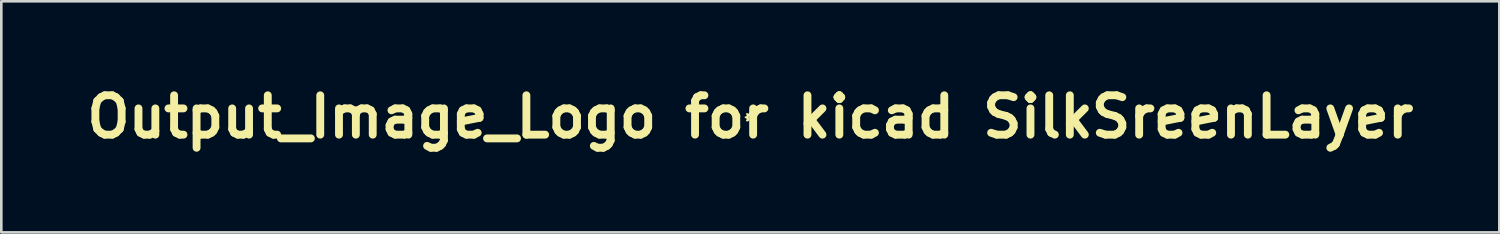
<source format=kicad_pcb>
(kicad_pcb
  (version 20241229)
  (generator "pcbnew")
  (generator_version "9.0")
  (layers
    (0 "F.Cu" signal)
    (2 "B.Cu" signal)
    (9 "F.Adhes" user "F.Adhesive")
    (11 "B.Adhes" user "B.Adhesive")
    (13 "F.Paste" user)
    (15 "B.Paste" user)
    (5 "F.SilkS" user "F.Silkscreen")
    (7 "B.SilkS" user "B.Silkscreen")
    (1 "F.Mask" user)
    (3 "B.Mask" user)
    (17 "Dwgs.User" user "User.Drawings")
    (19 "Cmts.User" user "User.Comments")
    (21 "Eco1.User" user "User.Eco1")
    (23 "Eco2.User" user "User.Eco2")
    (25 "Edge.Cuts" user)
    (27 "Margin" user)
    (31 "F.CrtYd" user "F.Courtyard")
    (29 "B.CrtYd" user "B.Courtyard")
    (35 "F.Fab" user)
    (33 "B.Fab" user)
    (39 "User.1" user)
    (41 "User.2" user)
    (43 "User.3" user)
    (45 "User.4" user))
  (footprint "Output_Image_Logo for kicad SilkSreenLayer"
    (layer "F.Cu")
    (at 25.55 1.404)
    (property "Reference" "Output_Image_Logo for kicad SilkSreenLayer" (at 0 0 0) (layer "F.SilkS") (effects (font (size 1.5 1.5) (thickness 0.3))))
    (attr board_only exclude_from_pos_files exclude_from_bom)
    (fp_poly (pts (xy 0.006 -0.195) (xy 0.012 -0.195) (xy 0.017 -0.195) (xy 0.022 -0.195) (xy 0.025 -0.195) (xy 0.028 -0.195) (xy 0.029 -0.194) (xy 0.029 -0.194) (xy 0.029 -0.194) (xy 0.03 -0.191) (xy 0.031 -0.188) (xy 0.032 -0.184) (xy 0.033 -0.178) (xy 0.034 -0.172) (xy 0.035 -0.166) (xy 0.036 -0.16) (xy 0.038 -0.154) (xy 0.039 -0.149) (xy 0.039 -0.144) (xy 0.04 -0.141) (xy 0.041 -0.138) (xy 0.041 -0.137) (xy 0.041 -0.137) (xy 0.042 -0.137) (xy 0.044 -0.136) (xy 0.047 -0.134) (xy 0.051 -0.133) (xy 0.055 -0.131) (xy 0.059 -0.129) (xy 0.063 -0.128) (xy 0.068 -0.126) (xy 0.072 -0.124) (xy 0.075 -0.123) (xy 0.078 -0.122) (xy 0.08 -0.121) (xy 0.081 -0.121) (xy 0.081 -0.121) (xy 0.082 -0.121) (xy 0.084 -0.123) (xy 0.086 -0.124) (xy 0.09 -0.127) (xy 0.094 -0.13) (xy 0.099 -0.133) (xy 0.104 -0.136) (xy 0.105 -0.137) (xy 0.11 -0.141) (xy 0.115 -0.144) (xy 0.119 -0.147) (xy 0.123 -0.149) (xy 0.126 -0.151) (xy 0.128 -0.152) (xy 0.129 -0.153) (xy 0.129 -0.153) (xy 0.13 -0.152) (xy 0.132 -0.151) (xy 0.134 -0.149) (xy 0.137 -0.146) (xy 0.14 -0.143) (xy 0.144 -0.139) (xy 0.148 -0.135) (xy 0.152 -0.131) (xy 0.156 -0.127) (xy 0.16 -0.124) (xy 0.163 -0.12) (xy 0.166 -0.117) (xy 0.168 -0.115) (xy 0.169 -0.113) (xy 0.17 -0.112) (xy 0.17 -0.112) (xy 0.17 -0.111) (xy 0.168 -0.109) (xy 0.167 -0.106) (xy 0.164 -0.103) (xy 0.162 -0.099) (xy 0.159 -0.094) (xy 0.155 -0.089) (xy 0.155 -0.089) (xy 0.151 -0.084) (xy 0.148 -0.079) (xy 0.145 -0.075) (xy 0.143 -0.071) (xy 0.141 -0.068) (xy 0.14 -0.066) (xy 0.139 -0.065) (xy 0.139 -0.065) (xy 0.139 -0.065) (xy 0.139 -0.064) (xy 0.14 -0.062) (xy 0.141 -0.059) (xy 0.142 -0.056) (xy 0.143 -0.052) (xy 0.146 -0.047) (xy 0.147 -0.044) (xy 0.149 -0.039) (xy 0.151 -0.034) (xy 0.153 -0.03) (xy 0.155 -0.027) (xy 0.156 -0.025) (xy 0.157 -0.024) (xy 0.157 -0.023) (xy 0.158 -0.023) (xy 0.16 -0.023) (xy 0.163 -0.022) (xy 0.167 -0.021) (xy 0.172 -0.02) (xy 0.178 -0.019) (xy 0.184 -0.018) (xy 0.184 -0.018) (xy 0.191 -0.017) (xy 0.197 -0.015) (xy 0.202 -0.014) (xy 0.206 -0.013) (xy 0.209 -0.013) (xy 0.211 -0.012) (xy 0.212 -0.012) (xy 0.212 -0.011) (xy 0.212 -0.009) (xy 0.212 -0.006) (xy 0.212 -0.001) (xy 0.212 0.004) (xy 0.212 0.009) (xy 0.212 0.015) (xy 0.212 0.017) (xy 0.212 0.024) (xy 0.212 0.03) (xy 0.212 0.035) (xy 0.212 0.039) (xy 0.212 0.041) (xy 0.212 0.043) (xy 0.212 0.045) (xy 0.211 0.045) (xy 0.211 0.046) (xy 0.21 0.046) (xy 0.208 0.047) (xy 0.205 0.047) (xy 0.201 0.048) (xy 0.196 0.049) (xy 0.19 0.05) (xy 0.185 0.051) (xy 0.178 0.052) (xy 0.172 0.054) (xy 0.167 0.055) (xy 0.163 0.055) (xy 0.16 0.056) (xy 0.158 0.057) (xy 0.158 0.057) (xy 0.157 0.058) (xy 0.156 0.06) (xy 0.155 0.063) (xy 0.153 0.067) (xy 0.152 0.071) (xy 0.15 0.075) (xy 0.148 0.08) (xy 0.146 0.085) (xy 0.144 0.089) (xy 0.143 0.093) (xy 0.142 0.096) (xy 0.141 0.099) (xy 0.14 0.1) (xy 0.14 0.1) (xy 0.141 0.101) (xy 0.142 0.103) (xy 0.144 0.106) (xy 0.146 0.109) (xy 0.149 0.113) (xy 0.152 0.118) (xy 0.155 0.123) (xy 0.159 0.128) (xy 0.162 0.132) (xy 0.165 0.136) (xy 0.167 0.14) (xy 0.169 0.143) (xy 0.17 0.145) (xy 0.17 0.145) (xy 0.17 0.146) (xy 0.168 0.148) (xy 0.166 0.15) (xy 0.163 0.153) (xy 0.16 0.157) (xy 0.156 0.16) (xy 0.152 0.164) (xy 0.148 0.168) (xy 0.145 0.172) (xy 0.141 0.176) (xy 0.137 0.179) (xy 0.134 0.182) (xy 0.132 0.184) (xy 0.13 0.186) (xy 0.129 0.186) (xy 0.129 0.186) (xy 0.128 0.186) (xy 0.127 0.185) (xy 0.124 0.183) (xy 0.12 0.181) (xy 0.116 0.178) (xy 0.112 0.175) (xy 0.107 0.172) (xy 0.102 0.168) (xy 0.097 0.165) (xy 0.093 0.163) (xy 0.09 0.16) (xy 0.087 0.159) (xy 0.085 0.158) (xy 0.084 0.157) (xy 0.083 0.157) (xy 0.081 0.158) (xy 0.078 0.16) (xy 0.075 0.161) (xy 0.074 0.162) (xy 0.07 0.164) (xy 0.067 0.166) (xy 0.064 0.167) (xy 0.063 0.167) (xy 0.063 0.167) (xy 0.062 0.167) (xy 0.062 0.166) (xy 0.061 0.165) (xy 0.06 0.164) (xy 0.059 0.162) (xy 0.058 0.159) (xy 0.057 0.155) (xy 0.055 0.151) (xy 0.052 0.145) (xy 0.05 0.139) (xy 0.046 0.131) (xy 0.043 0.122) (xy 0.042 0.121) (xy 0.039 0.113) (xy 0.036 0.106) (xy 0.033 0.099) (xy 0.031 0.092) (xy 0.028 0.087) (xy 0.026 0.082) (xy 0.025 0.078) (xy 0.024 0.075) (xy 0.023 0.074) (xy 0.023 0.073) (xy 0.024 0.072) (xy 0.026 0.071) (xy 0.028 0.069) (xy 0.03 0.068) (xy 0.036 0.063) (xy 0.041 0.059) (xy 0.045 0.055) (xy 0.048 0.05) (xy 0.051 0.045) (xy 0.053 0.043) (xy 0.056 0.034) (xy 0.058 0.026) (xy 0.059 0.017) (xy 0.058 0.009) (xy 0.057 0.000283) (xy 0.053 -0.008) (xy 0.049 -0.015) (xy 0.043 -0.023) (xy 0.043 -0.023) (xy 0.036 -0.029) (xy 0.029 -0.034) (xy 0.02 -0.038) (xy 0.016 -0.039) (xy 0.014 -0.04) (xy 0.012 -0.041) (xy 0.009 -0.041) (xy 0.006 -0.041) (xy 0.002 -0.041) (xy 0.000357 -0.041) (xy -0.004 -0.041) (xy -0.007 -0.041) (xy -0.01 -0.041) (xy -0.012 -0.04) (xy -0.015 -0.04) (xy -0.016 -0.039) (xy -0.024 -0.036) (xy -0.032 -0.031) (xy -0.039 -0.026) (xy -0.045 -0.019) (xy -0.05 -0.012) (xy -0.052 -0.009) (xy -0.055 -0.002) (xy -0.057 0.004) (xy -0.058 0.01) (xy -0.058 0.017) (xy -0.057 0.026) (xy -0.055 0.035) (xy -0.052 0.043) (xy -0.047 0.051) (xy -0.042 0.058) (xy -0.039 0.06) (xy -0.036 0.063) (xy -0.032 0.066) (xy -0.029 0.068) (xy -0.026 0.07) (xy -0.025 0.07) (xy -0.024 0.072) (xy -0.023 0.073) (xy -0.022 0.073) (xy -0.023 0.074) (xy -0.023 0.076) (xy -0.025 0.08) (xy -0.026 0.084) (xy -0.029 0.09) (xy -0.031 0.096) (xy -0.034 0.103) (xy -0.037 0.111) (xy -0.041 0.119) (xy -0.044 0.127) (xy -0.047 0.134) (xy -0.05 0.141) (xy -0.052 0.147) (xy -0.055 0.153) (xy -0.056 0.157) (xy -0.058 0.161) (xy -0.059 0.164) (xy -0.06 0.165) (xy -0.06 0.166) (xy -0.061 0.167) (xy -0.062 0.167) (xy -0.063 0.167) (xy -0.065 0.166) (xy -0.068 0.165) (xy -0.071 0.163) (xy -0.073 0.162) (xy -0.077 0.16) (xy -0.08 0.158) (xy -0.083 0.157) (xy -0.084 0.157) (xy -0.085 0.158) (xy -0.087 0.159) (xy -0.09 0.161) (xy -0.093 0.163) (xy -0.097 0.166) (xy -0.099 0.167) (xy -0.106 0.172) (xy -0.111 0.176) (xy -0.116 0.179) (xy -0.12 0.181) (xy -0.122 0.183) (xy -0.125 0.184) (xy -0.126 0.185) (xy -0.127 0.186) (xy -0.128 0.186) (xy -0.128 0.186) (xy -0.129 0.186) (xy -0.131 0.185) (xy -0.133 0.182) (xy -0.136 0.179) (xy -0.14 0.176) (xy -0.144 0.172) (xy -0.148 0.168) (xy -0.149 0.167) (xy -0.153 0.163) (xy -0.157 0.159) (xy -0.161 0.155) (xy -0.164 0.152) (xy -0.167 0.149) (xy -0.168 0.147) (xy -0.169 0.146) (xy -0.169 0.146) (xy -0.169 0.146) (xy -0.169 0.145) (xy -0.169 0.145) (xy -0.169 0.144) (xy -0.168 0.143) (xy -0.167 0.141) (xy -0.166 0.139) (xy -0.164 0.136) (xy -0.161 0.132) (xy -0.158 0.128) (xy -0.154 0.122) (xy -0.154 0.122) (xy -0.15 0.117) (xy -0.147 0.112) (xy -0.145 0.108) (xy -0.142 0.105) (xy -0.141 0.102) (xy -0.14 0.1) (xy -0.139 0.1) (xy -0.14 0.099) (xy -0.14 0.097) (xy -0.141 0.094) (xy -0.143 0.09) (xy -0.145 0.085) (xy -0.147 0.08) (xy -0.148 0.078) (xy -0.15 0.072) (xy -0.152 0.067) (xy -0.154 0.063) (xy -0.155 0.06) (xy -0.156 0.058) (xy -0.157 0.057) (xy -0.157 0.056) (xy -0.158 0.056) (xy -0.161 0.056) (xy -0.164 0.055) (xy -0.168 0.054) (xy -0.173 0.053) (xy -0.179 0.052) (xy -0.184 0.051) (xy -0.19 0.05) (xy -0.195 0.049) (xy -0.2 0.048) (xy -0.204 0.047) (xy -0.208 0.046) (xy -0.21 0.046) (xy -0.21 0.046) (xy -0.211 0.045) (xy -0.211 0.044) (xy -0.211 0.043) (xy -0.211 0.04) (xy -0.211 0.037) (xy -0.211 0.033) (xy -0.211 0.027) (xy -0.211 0.021) (xy -0.211 0.017) (xy -0.211 -0.011) (xy -0.21 -0.012) (xy -0.209 -0.013) (xy -0.206 -0.013) (xy -0.203 -0.014) (xy -0.199 -0.015) (xy -0.194 -0.016) (xy -0.188 -0.017) (xy -0.182 -0.018) (xy -0.182 -0.018) (xy -0.176 -0.019) (xy -0.171 -0.02) (xy -0.166 -0.021) (xy -0.162 -0.022) (xy -0.158 -0.023) (xy -0.156 -0.023) (xy -0.155 -0.024) (xy -0.155 -0.024) (xy -0.155 -0.025) (xy -0.154 -0.027) (xy -0.152 -0.03) (xy -0.151 -0.033) (xy -0.149 -0.037) (xy -0.147 -0.042) (xy -0.145 -0.046) (xy -0.143 -0.051) (xy -0.141 -0.055) (xy -0.14 -0.058) (xy -0.139 -0.061) (xy -0.138 -0.063) (xy -0.138 -0.064) (xy -0.138 -0.065) (xy -0.139 -0.067) (xy -0.141 -0.069) (xy -0.143 -0.073) (xy -0.146 -0.077) (xy -0.149 -0.082) (xy -0.153 -0.087) (xy -0.153 -0.088) (xy -0.157 -0.093) (xy -0.16 -0.097) (xy -0.163 -0.102) (xy -0.165 -0.105) (xy -0.167 -0.108) (xy -0.169 -0.11) (xy -0.169 -0.111) (xy -0.169 -0.112) (xy -0.169 -0.112) (xy -0.168 -0.113) (xy -0.167 -0.115) (xy -0.166 -0.117) (xy -0.163 -0.119) (xy -0.16 -0.123) (xy -0.156 -0.127) (xy -0.151 -0.132) (xy -0.15 -0.133) (xy -0.145 -0.138) (xy -0.14 -0.142) (xy -0.136 -0.146) (xy -0.133 -0.149) (xy -0.13 -0.151) (xy -0.129 -0.153) (xy -0.128 -0.153) (xy -0.127 -0.152) (xy -0.126 -0.151) (xy -0.123 -0.15) (xy -0.119 -0.147) (xy -0.115 -0.145) (xy -0.11 -0.141) (xy -0.105 -0.138) (xy -0.105 -0.138) (xy -0.1 -0.134) (xy -0.095 -0.131) (xy -0.091 -0.128) (xy -0.087 -0.126) (xy -0.084 -0.124) (xy -0.082 -0.122) (xy -0.081 -0.122) (xy -0.081 -0.122) (xy -0.08 -0.121) (xy -0.079 -0.121) (xy -0.078 -0.122) (xy -0.076 -0.122) (xy -0.073 -0.123) (xy -0.07 -0.125) (xy -0.065 -0.127) (xy -0.062 -0.128) (xy -0.056 -0.13) (xy -0.051 -0.132) (xy -0.047 -0.134) (xy -0.045 -0.135) (xy -0.043 -0.136) (xy -0.041 -0.137) (xy -0.041 -0.137) (xy -0.04 -0.138) (xy -0.04 -0.138) (xy -0.04 -0.139) (xy -0.039 -0.14) (xy -0.039 -0.142) (xy -0.038 -0.145) (xy -0.038 -0.149) (xy -0.037 -0.154) (xy -0.036 -0.16) (xy -0.034 -0.166) (xy -0.034 -0.166) (xy -0.033 -0.172) (xy -0.032 -0.178) (xy -0.031 -0.183) (xy -0.03 -0.187) (xy -0.029 -0.191) (xy -0.029 -0.193) (xy -0.029 -0.194) (xy -0.029 -0.194) (xy -0.028 -0.194) (xy -0.027 -0.194) (xy -0.026 -0.195) (xy -0.024 -0.195) (xy -0.021 -0.195) (xy -0.017 -0.195) (xy -0.011 -0.195) (xy -0.005 -0.195) (xy 0.000266 -0.195)) (stroke (width 0) (type solid)) (fill yes) (layer "F.SilkS")))
  (gr_rect
    (start -3 -3)
    (end 54.1 5.808)
    (stroke (width 0.1) (type default))
    (fill no)
    (layer "Edge.Cuts")))
</source>
